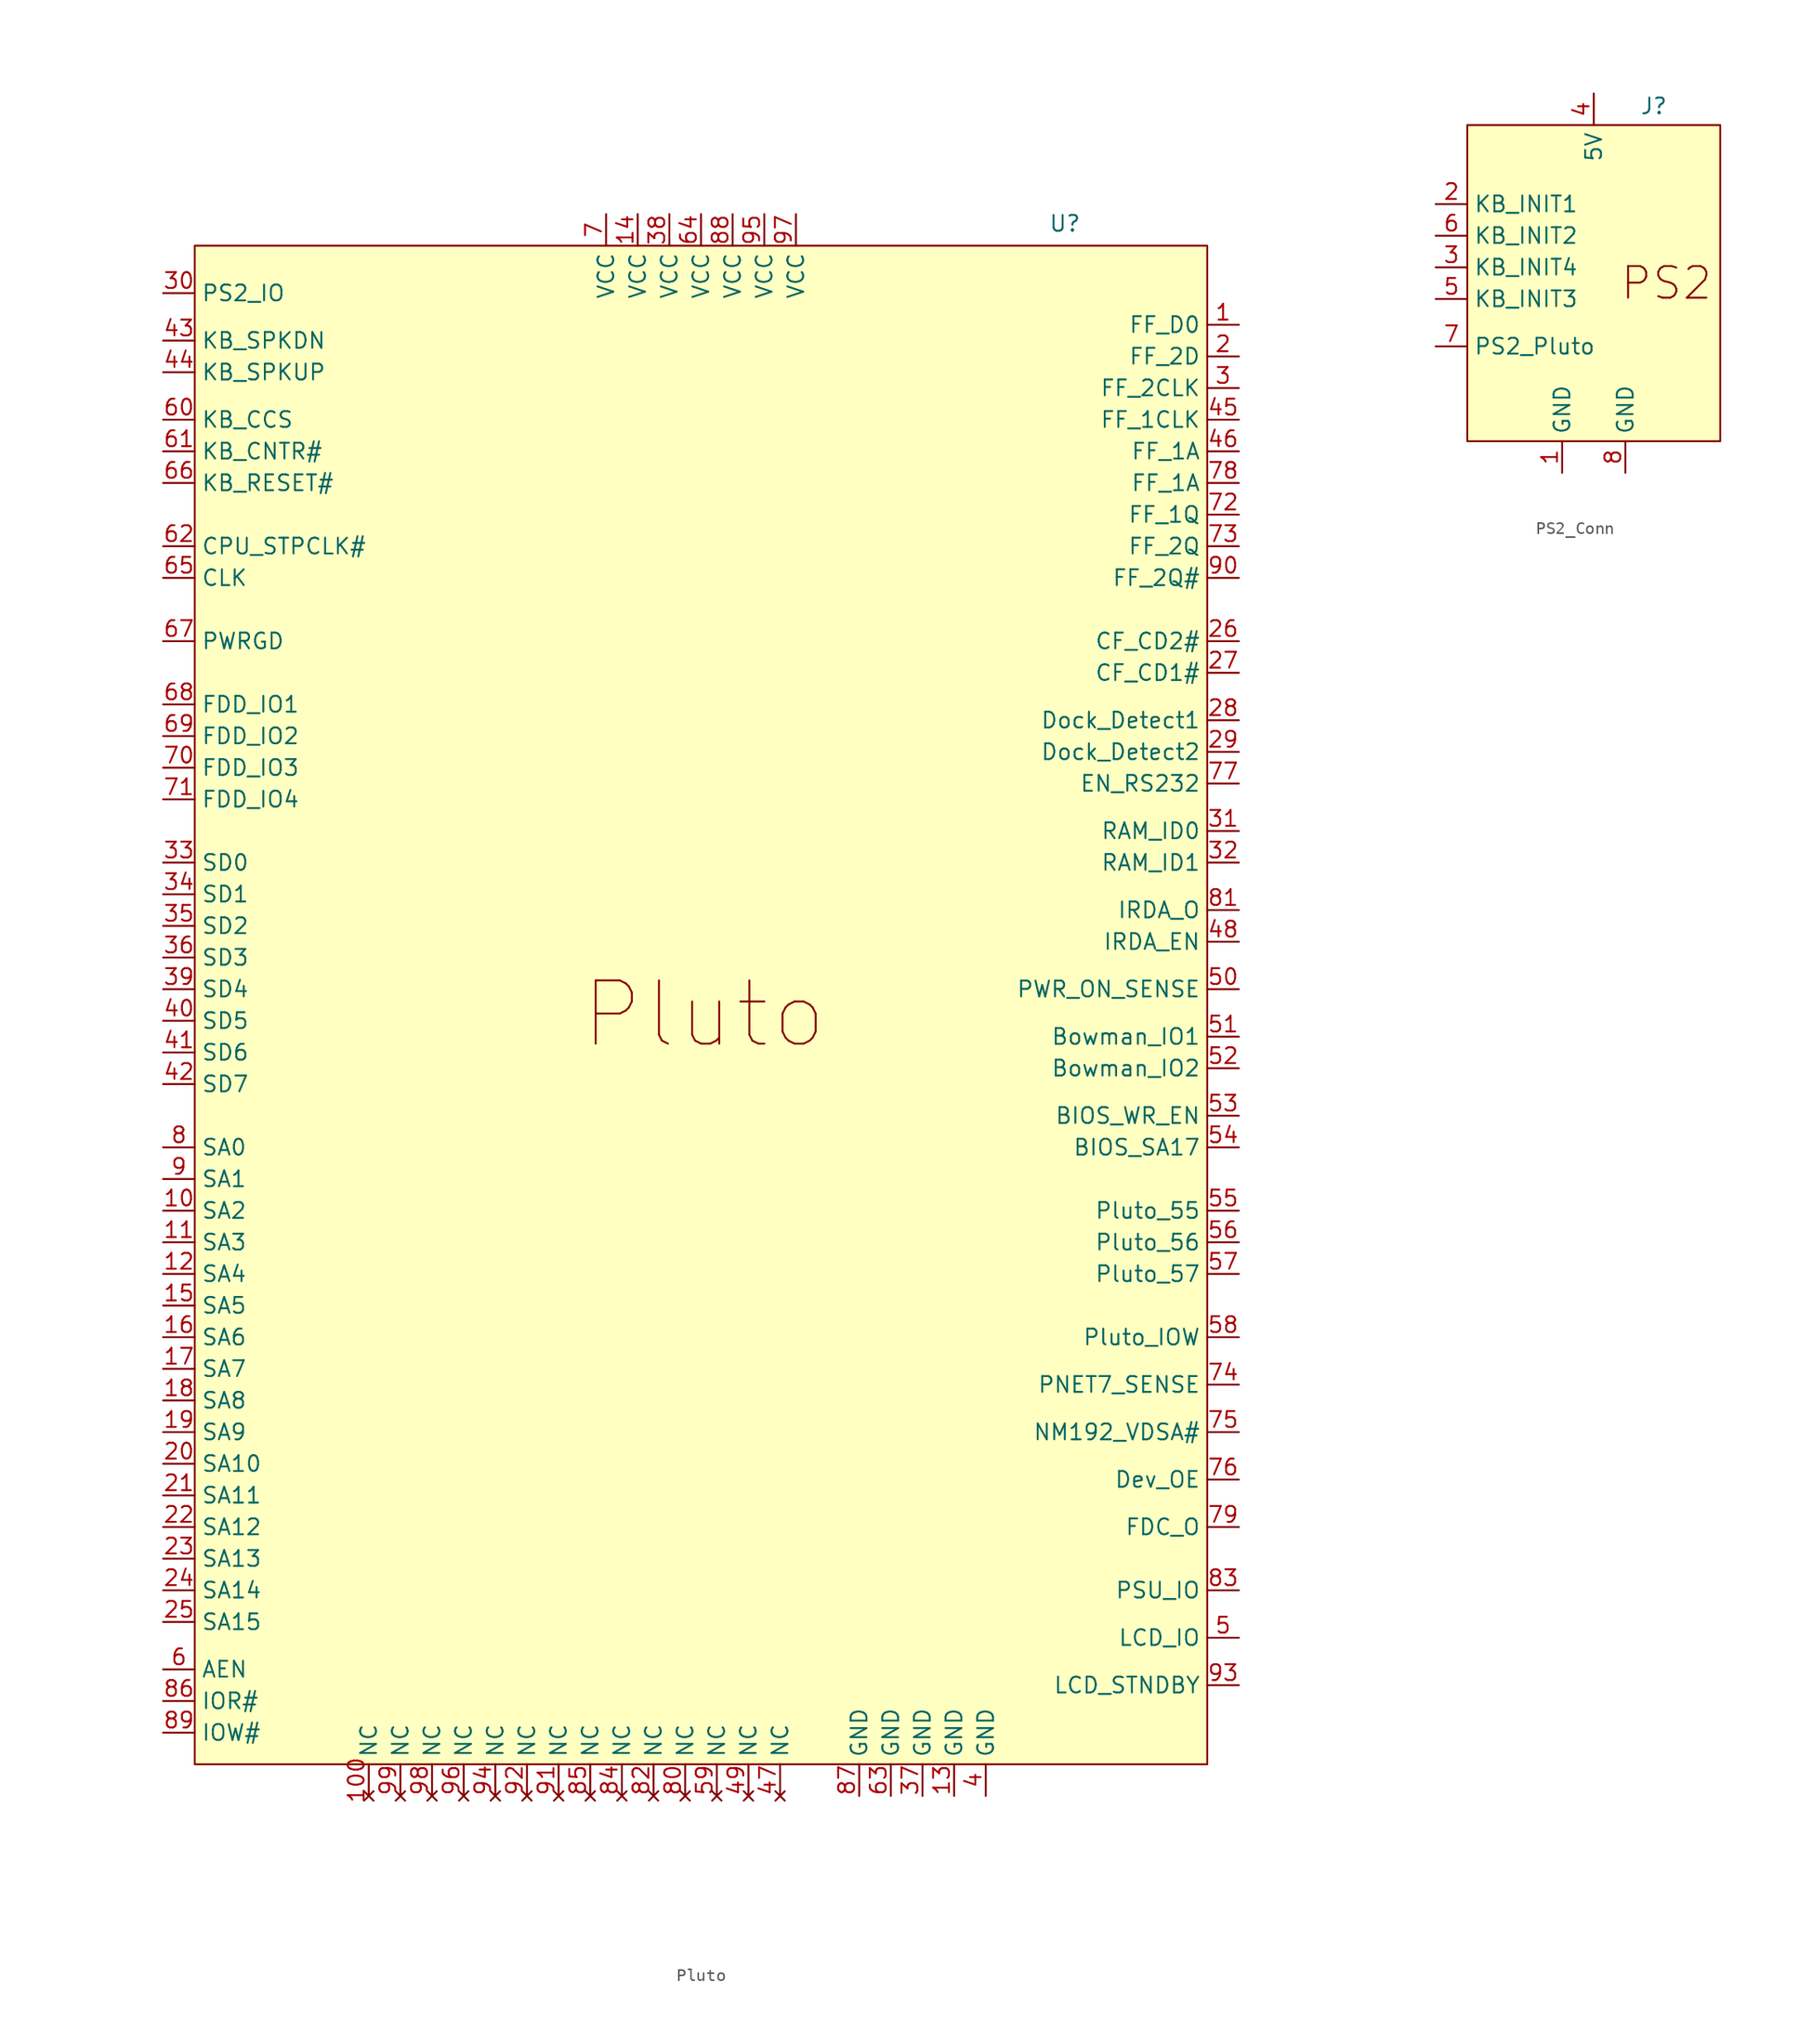
<source format=kicad_sym>
(kicad_symbol_lib
  (version 20241209)
  (generator "kicad_symbol_editor")
  (generator_version "9.0")
  (symbol "Pluto"
    (property "Reference" "U"
      (at 29.21 64.008 0)
      (effects (font (size 1.27 1.27))))
    (property "Value" ""
      (at 0 0 0)
      (effects (font (size 1.27 1.27))))
    (symbol "Pluto_1_1"
      (rectangle (start -40.64 62.23) (end 40.64 -59.69) (stroke (width 0) (type solid)) (fill (type color) (color 255 255 194 1)))
      (text "Pluto" (at 0.254 0.508 0) (effects (font (size 5.08 5.08))))
      (pin bidirectional line (at -43.18 58.42 0) (length 2.54) (name "PS2_IO" (effects (font (size 1.27 1.27)))) (number "30" (effects (font (size 1.27 1.27)))))
      (pin input line (at -43.18 54.61 0) (length 2.54) (name "KB_SPKDN" (effects (font (size 1.27 1.27)))) (number "43" (effects (font (size 1.27 1.27)))))
      (pin input line (at -43.18 52.07 0) (length 2.54) (name "KB_SPKUP" (effects (font (size 1.27 1.27)))) (number "44" (effects (font (size 1.27 1.27)))))
      (pin input line (at -43.18 48.26 0) (length 2.54) (name "KB_CCS" (effects (font (size 1.27 1.27)))) (number "60" (effects (font (size 1.27 1.27)))))
      (pin input line (at -43.18 45.72 0) (length 2.54) (name "KB_CNTR#" (effects (font (size 1.27 1.27)))) (number "61" (effects (font (size 1.27 1.27)))))
      (pin input line (at -43.18 43.18 0) (length 2.54) (name "KB_RESET#" (effects (font (size 1.27 1.27)))) (number "66" (effects (font (size 1.27 1.27)))))
      (pin input line (at -43.18 38.1 0) (length 2.54) (name "CPU_STPCLK#" (effects (font (size 1.27 1.27)))) (number "62" (effects (font (size 1.27 1.27)))))
      (pin input line (at -43.18 35.56 0) (length 2.54) (name "CLK" (effects (font (size 1.27 1.27)))) (number "65" (effects (font (size 1.27 1.27)))))
      (pin input line (at -43.18 30.48 0) (length 2.54) (name "PWRGD" (effects (font (size 1.27 1.27)))) (number "67" (effects (font (size 1.27 1.27)))))
      (pin bidirectional line (at -43.18 25.4 0) (length 2.54) (name "FDD_IO1" (effects (font (size 1.27 1.27)))) (number "68" (effects (font (size 1.27 1.27)))))
      (pin bidirectional line (at -43.18 22.86 0) (length 2.54) (name "FDD_IO2" (effects (font (size 1.27 1.27)))) (number "69" (effects (font (size 1.27 1.27)))))
      (pin bidirectional line (at -43.18 20.32 0) (length 2.54) (name "FDD_IO3" (effects (font (size 1.27 1.27)))) (number "70" (effects (font (size 1.27 1.27)))))
      (pin bidirectional line (at -43.18 17.78 0) (length 2.54) (name "FDD_IO4" (effects (font (size 1.27 1.27)))) (number "71" (effects (font (size 1.27 1.27)))))
      (pin bidirectional line (at -43.18 12.7 0) (length 2.54) (name "SD0" (effects (font (size 1.27 1.27)))) (number "33" (effects (font (size 1.27 1.27)))))
      (pin bidirectional line (at -43.18 10.16 0) (length 2.54) (name "SD1" (effects (font (size 1.27 1.27)))) (number "34" (effects (font (size 1.27 1.27)))))
      (pin bidirectional line (at -43.18 7.62 0) (length 2.54) (name "SD2" (effects (font (size 1.27 1.27)))) (number "35" (effects (font (size 1.27 1.27)))))
      (pin bidirectional line (at -43.18 5.08 0) (length 2.54) (name "SD3" (effects (font (size 1.27 1.27)))) (number "36" (effects (font (size 1.27 1.27)))))
      (pin bidirectional line (at -43.18 2.54 0) (length 2.54) (name "SD4" (effects (font (size 1.27 1.27)))) (number "39" (effects (font (size 1.27 1.27)))))
      (pin bidirectional line (at -43.18 0 0) (length 2.54) (name "SD5" (effects (font (size 1.27 1.27)))) (number "40" (effects (font (size 1.27 1.27)))))
      (pin bidirectional line (at -43.18 -2.54 0) (length 2.54) (name "SD6" (effects (font (size 1.27 1.27)))) (number "41" (effects (font (size 1.27 1.27)))))
      (pin bidirectional line (at -43.18 -5.08 0) (length 2.54) (name "SD7" (effects (font (size 1.27 1.27)))) (number "42" (effects (font (size 1.27 1.27)))))
      (pin input line (at -43.18 -10.16 0) (length 2.54) (name "SA0" (effects (font (size 1.27 1.27)))) (number "8" (effects (font (size 1.27 1.27)))))
      (pin input line (at -43.18 -12.7 0) (length 2.54) (name "SA1" (effects (font (size 1.27 1.27)))) (number "9" (effects (font (size 1.27 1.27)))))
      (pin input line (at -43.18 -15.24 0) (length 2.54) (name "SA2" (effects (font (size 1.27 1.27)))) (number "10" (effects (font (size 1.27 1.27)))))
      (pin input line (at -43.18 -17.78 0) (length 2.54) (name "SA3" (effects (font (size 1.27 1.27)))) (number "11" (effects (font (size 1.27 1.27)))))
      (pin input line (at -43.18 -20.32 0) (length 2.54) (name "SA4" (effects (font (size 1.27 1.27)))) (number "12" (effects (font (size 1.27 1.27)))))
      (pin input line (at -43.18 -22.86 0) (length 2.54) (name "SA5" (effects (font (size 1.27 1.27)))) (number "15" (effects (font (size 1.27 1.27)))))
      (pin input line (at -43.18 -25.4 0) (length 2.54) (name "SA6" (effects (font (size 1.27 1.27)))) (number "16" (effects (font (size 1.27 1.27)))))
      (pin input line (at -43.18 -27.94 0) (length 2.54) (name "SA7" (effects (font (size 1.27 1.27)))) (number "17" (effects (font (size 1.27 1.27)))))
      (pin input line (at -43.18 -30.48 0) (length 2.54) (name "SA8" (effects (font (size 1.27 1.27)))) (number "18" (effects (font (size 1.27 1.27)))))
      (pin input line (at -43.18 -33.02 0) (length 2.54) (name "SA9" (effects (font (size 1.27 1.27)))) (number "19" (effects (font (size 1.27 1.27)))))
      (pin input line (at -43.18 -35.56 0) (length 2.54) (name "SA10" (effects (font (size 1.27 1.27)))) (number "20" (effects (font (size 1.27 1.27)))))
      (pin input line (at -43.18 -38.1 0) (length 2.54) (name "SA11" (effects (font (size 1.27 1.27)))) (number "21" (effects (font (size 1.27 1.27)))))
      (pin input line (at -43.18 -40.64 0) (length 2.54) (name "SA12" (effects (font (size 1.27 1.27)))) (number "22" (effects (font (size 1.27 1.27)))))
      (pin input line (at -43.18 -43.18 0) (length 2.54) (name "SA13" (effects (font (size 1.27 1.27)))) (number "23" (effects (font (size 1.27 1.27)))))
      (pin input line (at -43.18 -45.72 0) (length 2.54) (name "SA14" (effects (font (size 1.27 1.27)))) (number "24" (effects (font (size 1.27 1.27)))))
      (pin input line (at -43.18 -48.26 0) (length 2.54) (name "SA15" (effects (font (size 1.27 1.27)))) (number "25" (effects (font (size 1.27 1.27)))))
      (pin input line (at -43.18 -52.07 0) (length 2.54) (name "AEN" (effects (font (size 1.27 1.27)))) (number "6" (effects (font (size 1.27 1.27)))))
      (pin input line (at -43.18 -54.61 0) (length 2.54) (name "IOR#" (effects (font (size 1.27 1.27)))) (number "86" (effects (font (size 1.27 1.27)))))
      (pin input line (at -43.18 -57.15 0) (length 2.54) (name "IOW#" (effects (font (size 1.27 1.27)))) (number "89" (effects (font (size 1.27 1.27)))))
      (pin no_connect line (at -26.67 -62.23 90) (length 2.54) (name "NC" (effects (font (size 1.27 1.27)))) (number "100" (effects (font (size 1.27 1.27)))))
      (pin no_connect line (at -24.13 -62.23 90) (length 2.54) (name "NC" (effects (font (size 1.27 1.27)))) (number "99" (effects (font (size 1.27 1.27)))))
      (pin no_connect line (at -21.59 -62.23 90) (length 2.54) (name "NC" (effects (font (size 1.27 1.27)))) (number "98" (effects (font (size 1.27 1.27)))))
      (pin no_connect line (at -19.05 -62.23 90) (length 2.54) (name "NC" (effects (font (size 1.27 1.27)))) (number "96" (effects (font (size 1.27 1.27)))))
      (pin no_connect line (at -16.51 -62.23 90) (length 2.54) (name "NC" (effects (font (size 1.27 1.27)))) (number "94" (effects (font (size 1.27 1.27)))))
      (pin no_connect line (at -13.97 -62.23 90) (length 2.54) (name "NC" (effects (font (size 1.27 1.27)))) (number "92" (effects (font (size 1.27 1.27)))))
      (pin no_connect line (at -11.43 -62.23 90) (length 2.54) (name "NC" (effects (font (size 1.27 1.27)))) (number "91" (effects (font (size 1.27 1.27)))))
      (pin no_connect line (at -8.89 -62.23 90) (length 2.54) (name "NC" (effects (font (size 1.27 1.27)))) (number "85" (effects (font (size 1.27 1.27)))))
      (pin power_in line (at -7.62 64.77 270) (length 2.54) (name "VCC" (effects (font (size 1.27 1.27)))) (number "7" (effects (font (size 1.27 1.27)))))
      (pin no_connect line (at -6.35 -62.23 90) (length 2.54) (name "NC" (effects (font (size 1.27 1.27)))) (number "84" (effects (font (size 1.27 1.27)))))
      (pin power_in line (at -5.08 64.77 270) (length 2.54) (name "VCC" (effects (font (size 1.27 1.27)))) (number "14" (effects (font (size 1.27 1.27)))))
      (pin no_connect line (at -3.81 -62.23 90) (length 2.54) (name "NC" (effects (font (size 1.27 1.27)))) (number "82" (effects (font (size 1.27 1.27)))))
      (pin power_in line (at -2.54 64.77 270) (length 2.54) (name "VCC" (effects (font (size 1.27 1.27)))) (number "38" (effects (font (size 1.27 1.27)))))
      (pin no_connect line (at -1.27 -62.23 90) (length 2.54) (name "NC" (effects (font (size 1.27 1.27)))) (number "80" (effects (font (size 1.27 1.27)))))
      (pin power_in line (at 0 64.77 270) (length 2.54) (name "VCC" (effects (font (size 1.27 1.27)))) (number "64" (effects (font (size 1.27 1.27)))))
      (pin no_connect line (at 1.27 -62.23 90) (length 2.54) (name "NC" (effects (font (size 1.27 1.27)))) (number "59" (effects (font (size 1.27 1.27)))))
      (pin power_in line (at 2.54 64.77 270) (length 2.54) (name "VCC" (effects (font (size 1.27 1.27)))) (number "88" (effects (font (size 1.27 1.27)))))
      (pin no_connect line (at 3.81 -62.23 90) (length 2.54) (name "NC" (effects (font (size 1.27 1.27)))) (number "49" (effects (font (size 1.27 1.27)))))
      (pin power_in line (at 5.08 64.77 270) (length 2.54) (name "VCC" (effects (font (size 1.27 1.27)))) (number "95" (effects (font (size 1.27 1.27)))))
      (pin no_connect line (at 6.35 -62.23 90) (length 2.54) (name "NC" (effects (font (size 1.27 1.27)))) (number "47" (effects (font (size 1.27 1.27)))))
      (pin power_in line (at 7.62 64.77 270) (length 2.54) (name "VCC" (effects (font (size 1.27 1.27)))) (number "97" (effects (font (size 1.27 1.27)))))
      (pin power_in line (at 12.7 -62.23 90) (length 2.54) (name "GND" (effects (font (size 1.27 1.27)))) (number "87" (effects (font (size 1.27 1.27)))))
      (pin power_in line (at 15.24 -62.23 90) (length 2.54) (name "GND" (effects (font (size 1.27 1.27)))) (number "63" (effects (font (size 1.27 1.27)))))
      (pin power_in line (at 17.78 -62.23 90) (length 2.54) (name "GND" (effects (font (size 1.27 1.27)))) (number "37" (effects (font (size 1.27 1.27)))))
      (pin power_in line (at 20.32 -62.23 90) (length 2.54) (name "GND" (effects (font (size 1.27 1.27)))) (number "13" (effects (font (size 1.27 1.27)))))
      (pin power_in line (at 22.86 -62.23 90) (length 2.54) (name "GND" (effects (font (size 1.27 1.27)))) (number "4" (effects (font (size 1.27 1.27)))))
      (pin input line (at 43.18 55.88 180) (length 2.54) (name "FF_D0" (effects (font (size 1.27 1.27)))) (number "1" (effects (font (size 1.27 1.27)))))
      (pin output line (at 43.18 53.34 180) (length 2.54) (name "FF_2D" (effects (font (size 1.27 1.27)))) (number "2" (effects (font (size 1.27 1.27)))))
      (pin output line (at 43.18 50.8 180) (length 2.54) (name "FF_2CLK" (effects (font (size 1.27 1.27)))) (number "3" (effects (font (size 1.27 1.27)))))
      (pin output line (at 43.18 48.26 180) (length 2.54) (name "FF_1CLK" (effects (font (size 1.27 1.27)))) (number "45" (effects (font (size 1.27 1.27)))))
      (pin output line (at 43.18 45.72 180) (length 2.54) (name "FF_1A" (effects (font (size 1.27 1.27)))) (number "46" (effects (font (size 1.27 1.27)))))
      (pin input line (at 43.18 43.18 180) (length 2.54) (name "FF_1A" (effects (font (size 1.27 1.27)))) (number "78" (effects (font (size 1.27 1.27)))))
      (pin input line (at 43.18 40.64 180) (length 2.54) (name "FF_1Q" (effects (font (size 1.27 1.27)))) (number "72" (effects (font (size 1.27 1.27)))))
      (pin input line (at 43.18 38.1 180) (length 2.54) (name "FF_2Q" (effects (font (size 1.27 1.27)))) (number "73" (effects (font (size 1.27 1.27)))))
      (pin input line (at 43.18 35.56 180) (length 2.54) (name "FF_2Q#" (effects (font (size 1.27 1.27)))) (number "90" (effects (font (size 1.27 1.27)))))
      (pin input line (at 43.18 30.48 180) (length 2.54) (name "CF_CD2#" (effects (font (size 1.27 1.27)))) (number "26" (effects (font (size 1.27 1.27)))))
      (pin input line (at 43.18 27.94 180) (length 2.54) (name "CF_CD1#" (effects (font (size 1.27 1.27)))) (number "27" (effects (font (size 1.27 1.27)))))
      (pin bidirectional line (at 43.18 24.13 180) (length 2.54) (name "Dock_Detect1" (effects (font (size 1.27 1.27)))) (number "28" (effects (font (size 1.27 1.27)))))
      (pin bidirectional line (at 43.18 21.59 180) (length 2.54) (name "Dock_Detect2" (effects (font (size 1.27 1.27)))) (number "29" (effects (font (size 1.27 1.27)))))
      (pin bidirectional line (at 43.18 19.05 180) (length 2.54) (name "EN_RS232" (effects (font (size 1.27 1.27)))) (number "77" (effects (font (size 1.27 1.27)))))
      (pin bidirectional line (at 43.18 15.24 180) (length 2.54) (name "RAM_ID0" (effects (font (size 1.27 1.27)))) (number "31" (effects (font (size 1.27 1.27)))))
      (pin bidirectional line (at 43.18 12.7 180) (length 2.54) (name "RAM_ID1" (effects (font (size 1.27 1.27)))) (number "32" (effects (font (size 1.27 1.27)))))
      (pin output line (at 43.18 8.89 180) (length 2.54) (name "IRDA_O" (effects (font (size 1.27 1.27)))) (number "81" (effects (font (size 1.27 1.27)))))
      (pin output line (at 43.18 6.35 180) (length 2.54) (name "IRDA_EN" (effects (font (size 1.27 1.27)))) (number "48" (effects (font (size 1.27 1.27)))))
      (pin input line (at 43.18 2.54 180) (length 2.54) (name "PWR_ON_SENSE" (effects (font (size 1.27 1.27)))) (number "50" (effects (font (size 1.27 1.27)))))
      (pin bidirectional line (at 43.18 -1.27 180) (length 2.54) (name "Bowman_IO1" (effects (font (size 1.27 1.27)))) (number "51" (effects (font (size 1.27 1.27)))))
      (pin bidirectional line (at 43.18 -3.81 180) (length 2.54) (name "Bowman_IO2" (effects (font (size 1.27 1.27)))) (number "52" (effects (font (size 1.27 1.27)))))
      (pin output line (at 43.18 -7.62 180) (length 2.54) (name "BIOS_WR_EN" (effects (font (size 1.27 1.27)))) (number "53" (effects (font (size 1.27 1.27)))))
      (pin output line (at 43.18 -10.16 180) (length 2.54) (name "BIOS_SA17" (effects (font (size 1.27 1.27)))) (number "54" (effects (font (size 1.27 1.27)))))
      (pin input line (at 43.18 -15.24 180) (length 2.54) (name "Pluto_55" (effects (font (size 1.27 1.27)))) (number "55" (effects (font (size 1.27 1.27)))))
      (pin input line (at 43.18 -17.78 180) (length 2.54) (name "Pluto_56" (effects (font (size 1.27 1.27)))) (number "56" (effects (font (size 1.27 1.27)))))
      (pin input line (at 43.18 -20.32 180) (length 2.54) (name "Pluto_57" (effects (font (size 1.27 1.27)))) (number "57" (effects (font (size 1.27 1.27)))))
      (pin output line (at 43.18 -25.4 180) (length 2.54) (name "Pluto_IOW" (effects (font (size 1.27 1.27)))) (number "58" (effects (font (size 1.27 1.27)))))
      (pin input line (at 43.18 -29.21 180) (length 2.54) (name "PNET7_SENSE" (effects (font (size 1.27 1.27)))) (number "74" (effects (font (size 1.27 1.27)))))
      (pin output line (at 43.18 -33.02 180) (length 2.54) (name "NM192_VDSA#" (effects (font (size 1.27 1.27)))) (number "75" (effects (font (size 1.27 1.27)))))
      (pin output line (at 43.18 -36.83 180) (length 2.54) (name "Dev_OE" (effects (font (size 1.27 1.27)))) (number "76" (effects (font (size 1.27 1.27)))))
      (pin output line (at 43.18 -40.64 180) (length 2.54) (name "FDC_O" (effects (font (size 1.27 1.27)))) (number "79" (effects (font (size 1.27 1.27)))))
      (pin bidirectional line (at 43.18 -45.72 180) (length 2.54) (name "PSU_IO" (effects (font (size 1.27 1.27)))) (number "83" (effects (font (size 1.27 1.27)))))
      (pin bidirectional line (at 43.18 -49.53 180) (length 2.54) (name "LCD_IO" (effects (font (size 1.27 1.27)))) (number "5" (effects (font (size 1.27 1.27)))))
      (pin bidirectional line (at 43.18 -53.34 180) (length 2.54) (name "LCD_STNDBY" (effects (font (size 1.27 1.27)))) (number "93" (effects (font (size 1.27 1.27)))))))
  (symbol "PS2_Conn"
    (property "Reference" "J"
      (at 4.826 14.224 0)
      (effects (font (size 1.27 1.27))))
    (property "Value" ""
      (at 0 0 0)
      (effects (font (size 1.27 1.27))))
    (symbol "PS2_Conn_1_1"
      (rectangle (start -10.16 12.7) (end 10.16 -12.7) (stroke (width 0) (type solid)) (fill (type color) (color 255 255 194 1)))
      (text "PS2\n" (at 5.842 0 0) (effects (font (size 2.54 2.54))))
      (pin bidirectional line (at -12.7 6.35 0) (length 2.54) (name "KB_INIT1" (effects (font (size 1.27 1.27)))) (number "2" (effects (font (size 1.27 1.27)))))
      (pin bidirectional line (at -12.7 3.81 0) (length 2.54) (name "KB_INIT2" (effects (font (size 1.27 1.27)))) (number "6" (effects (font (size 1.27 1.27)))))
      (pin bidirectional line (at -12.7 1.27 0) (length 2.54) (name "KB_INIT4" (effects (font (size 1.27 1.27)))) (number "3" (effects (font (size 1.27 1.27)))))
      (pin bidirectional line (at -12.7 -1.27 0) (length 2.54) (name "KB_INIT3" (effects (font (size 1.27 1.27)))) (number "5" (effects (font (size 1.27 1.27)))))
      (pin bidirectional line (at -12.7 -5.08 0) (length 2.54) (name "PS2_Pluto" (effects (font (size 1.27 1.27)))) (number "7" (effects (font (size 1.27 1.27)))))
      (pin power_in line (at -2.54 -15.24 90) (length 2.54) (name "GND" (effects (font (size 1.27 1.27)))) (number "1" (effects (font (size 1.27 1.27)))))
      (pin power_in line (at 0 15.24 270) (length 2.54) (name "5V" (effects (font (size 1.27 1.27)))) (number "4" (effects (font (size 1.27 1.27)))))
      (pin power_in line (at 2.54 -15.24 90) (length 2.54) (name "GND" (effects (font (size 1.27 1.27)))) (number "8" (effects (font (size 1.27 1.27))))))))
</source>
